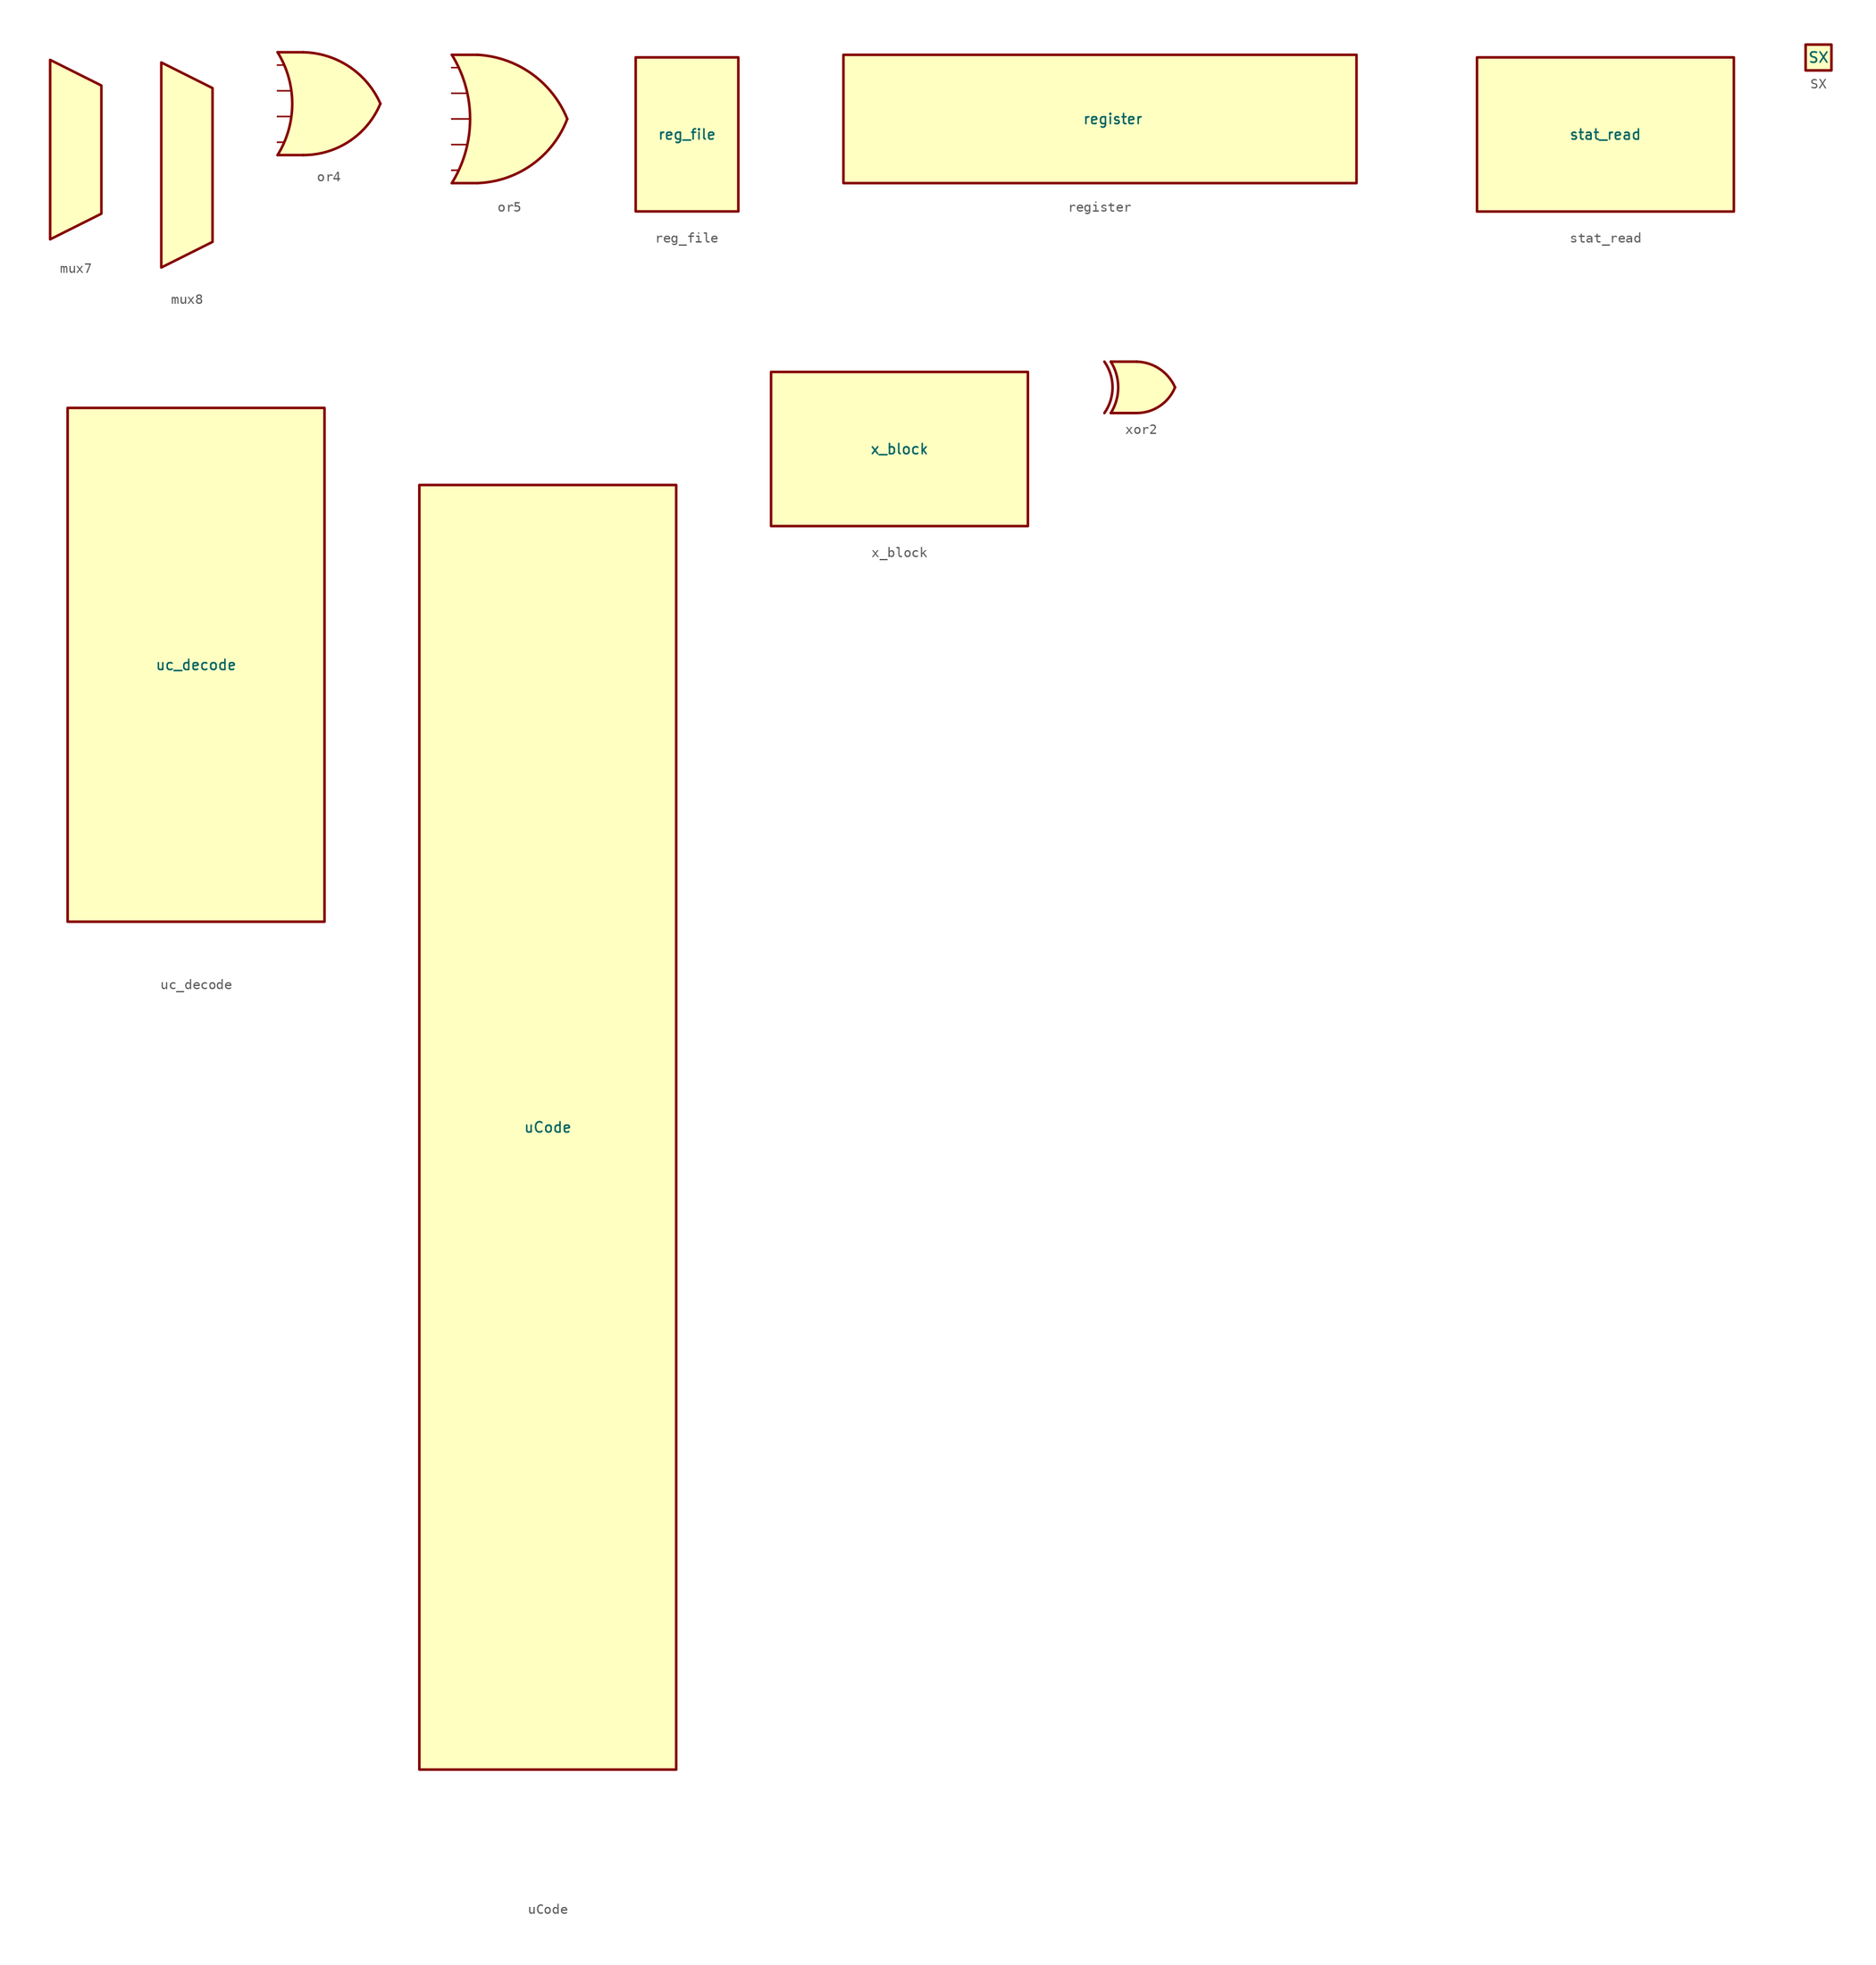
<source format=kicad_sym>
(kicad_symbol_lib
  (version 20211014)
  (generator kicad_symbol_editor)
  (symbol "mux7"
    (pin_numbers hide)
    (pin_names hide)
    (property "Reference" "U"
      (at 0 6.35 0)
      (effects (font (size 1.27 1.27)) hide))
    (symbol "mux7_0_1"
      (polyline (pts (xy -2.54 8.89) (xy -2.54 -8.89) (xy 2.54 -6.35) (xy 2.54 6.35) (xy -2.54 8.89)) (stroke (width 0.254) (type default) (color 0 0 0 0)) (fill (type background))))
    (symbol "mux7_1_1"
      (pin input line (at -2.54 2.54 0) (length 0) hide (name "A" (effects (font (size 1.27 1.27)))) (number "" (effects (font (size 1.27 1.27)))))
      (pin input line (at -2.54 7.62 0) (length 0) hide (name "A" (effects (font (size 1.27 1.27)))) (number "" (effects (font (size 1.27 1.27)))))
      (pin input line (at -2.54 -7.62 0) (length 0) hide (name "B" (effects (font (size 1.27 1.27)))) (number "" (effects (font (size 1.27 1.27)))))
      (pin input line (at -2.54 -5.08 0) (length 0) hide (name "B" (effects (font (size 1.27 1.27)))) (number "" (effects (font (size 1.27 1.27)))))
      (pin input line (at -2.54 -2.54 0) (length 0) hide (name "B" (effects (font (size 1.27 1.27)))) (number "" (effects (font (size 1.27 1.27)))))
      (pin input line (at -2.54 0 0) (length 0) hide (name "B" (effects (font (size 1.27 1.27)))) (number "" (effects (font (size 1.27 1.27)))))
      (pin input line (at -2.54 5.08 0) (length 0) hide (name "B" (effects (font (size 1.27 1.27)))) (number "" (effects (font (size 1.27 1.27)))))
      (pin output line (at 2.54 0 180) (length 0) hide (name "Y" (effects (font (size 1.27 1.27)))) (number "" (effects (font (size 1.27 1.27)))))))
  (symbol "mux8"
    (pin_numbers hide)
    (pin_names hide)
    (property "Reference" "U"
      (at 0 7.62 0)
      (effects (font (size 1.27 1.27)) hide))
    (symbol "mux8_0_1"
      (polyline (pts (xy -2.54 10.16) (xy -2.54 -10.16) (xy 2.54 -7.62) (xy 2.54 7.62) (xy -2.54 10.16)) (stroke (width 0.254) (type default) (color 0 0 0 0)) (fill (type background))))
    (symbol "mux8_1_1"
      (pin input line (at -2.54 3.81 0) (length 0) hide (name "A" (effects (font (size 1.27 1.27)))) (number "" (effects (font (size 1.27 1.27)))))
      (pin input line (at -2.54 8.89 0) (length 0) hide (name "A" (effects (font (size 1.27 1.27)))) (number "" (effects (font (size 1.27 1.27)))))
      (pin input line (at -2.54 -8.89 0) (length 0) hide (name "B" (effects (font (size 1.27 1.27)))) (number "" (effects (font (size 1.27 1.27)))))
      (pin input line (at -2.54 -6.35 0) (length 0) hide (name "B" (effects (font (size 1.27 1.27)))) (number "" (effects (font (size 1.27 1.27)))))
      (pin input line (at -2.54 -3.81 0) (length 0) hide (name "B" (effects (font (size 1.27 1.27)))) (number "" (effects (font (size 1.27 1.27)))))
      (pin input line (at -2.54 -1.27 0) (length 0) hide (name "B" (effects (font (size 1.27 1.27)))) (number "" (effects (font (size 1.27 1.27)))))
      (pin input line (at -2.54 1.27 0) (length 0) hide (name "B" (effects (font (size 1.27 1.27)))) (number "" (effects (font (size 1.27 1.27)))))
      (pin input line (at -2.54 6.35 0) (length 0) hide (name "B" (effects (font (size 1.27 1.27)))) (number "" (effects (font (size 1.27 1.27)))))
      (pin output line (at 2.54 0 180) (length 0) hide (name "Y" (effects (font (size 1.27 1.27)))) (number "" (effects (font (size 1.27 1.27)))))))
  (symbol "or4"
    (pin_numbers hide)
    (pin_names
      (offset 1.016) hide)
    (property "Reference" "U"
      (at 0 3.81 0)
      (effects (font (size 1.27 1.27)) hide))
    (symbol "or4_0_1"
      (polyline (pts (xy -2.54 -3.81) (xy -1.905 -3.81)) (stroke (width 0.152) (type default) (color 0 0 0 0)) (fill (type none)))
      (polyline (pts (xy -2.54 -1.27) (xy -1.27 -1.27)) (stroke (width 0.152) (type default) (color 0 0 0 0)) (fill (type none)))
      (polyline (pts (xy -2.54 1.27) (xy -1.27 1.27)) (stroke (width 0.152) (type default) (color 0 0 0 0)) (fill (type none)))
      (polyline (pts (xy -2.54 3.81) (xy -1.905 3.81)) (stroke (width 0.152) (type default) (color 0 0 0 0)) (fill (type none))))
    (symbol "or4_1_0"
      (arc (start -2.54 -5.08) (mid -1.0921 0) (end -2.54 5.08) (stroke (width 0.254) (type default) (color 0 0 0 0)) (fill (type none)))
      (arc (start 0 -5.08) (mid 4.5809 -3.6963) (end 7.62 0) (stroke (width 0.254) (type default) (color 0 0 0 0)) (fill (type background)))
      (polyline (pts (xy -2.54 -5.08) (xy 0 -5.08)) (stroke (width 0.254) (type default) (color 0 0 0 0)) (fill (type background)))
      (polyline (pts (xy -2.54 5.08) (xy 0 5.08)) (stroke (width 0.254) (type default) (color 0 0 0 0)) (fill (type background)))
      (polyline (pts (xy 0 5.08) (xy -2.54 5.08) (xy -1.905 3.81) (xy -1.27 1.905) (xy -1.016 0) (xy -1.27 -1.905) (xy -1.905 -3.81) (xy -2.54 -5.08) (xy 0 -5.08)) (stroke (width -25.4) (type default) (color 0 0 0 0)) (fill (type background)))
      (arc (start 7.62 0) (mid 4.55 3.65) (end 0 5.08) (stroke (width 0.254) (type default) (color 0 0 0 0)) (fill (type background)))
      (pin input line (at -2.54 -1.27 0) (length 0) (name "~" (effects (font (size 1.27 1.27)))) (number "1" (effects (font (size 1.27 1.27)))))
      (pin input line (at -2.54 3.81 0) (length 0) (name "~" (effects (font (size 1.27 1.27)))) (number "1" (effects (font (size 1.27 1.27)))))
      (pin input line (at -2.54 -3.81 0) (length 0) (name "~" (effects (font (size 1.27 1.27)))) (number "2" (effects (font (size 1.27 1.27)))))
      (pin input line (at -2.54 1.27 0) (length 0) (name "~" (effects (font (size 1.27 1.27)))) (number "2" (effects (font (size 1.27 1.27)))))
      (pin output line (at 7.62 0 180) (length 0) (name "~" (effects (font (size 1.27 1.27)))) (number "3" (effects (font (size 1.27 1.27)))))))
  (symbol "or5"
    (pin_numbers hide)
    (pin_names
      (offset 1.016) hide)
    (property "Reference" "U"
      (at 0 5.08 0)
      (effects (font (size 1.27 1.27)) hide))
    (symbol "or5_0_1"
      (polyline (pts (xy -2.54 -5.08) (xy -1.905 -5.08)) (stroke (width 0.152) (type default) (color 0 0 0 0)) (fill (type none)))
      (polyline (pts (xy -2.54 -2.54) (xy -1.016 -2.54)) (stroke (width 0.152) (type default) (color 0 0 0 0)) (fill (type none)))
      (polyline (pts (xy -2.54 0) (xy -0.762 0)) (stroke (width 0.152) (type default) (color 0 0 0 0)) (fill (type none)))
      (polyline (pts (xy -2.54 2.54) (xy -1.016 2.54)) (stroke (width 0.152) (type default) (color 0 0 0 0)) (fill (type none)))
      (polyline (pts (xy -2.54 5.08) (xy -1.905 5.08)) (stroke (width 0.152) (type default) (color 0 0 0 0)) (fill (type none))))
    (symbol "or5_1_0"
      (arc (start -2.54 -6.35) (mid -0.7335 0) (end -2.54 6.35) (stroke (width 0.254) (type default) (color 0 0 0 0)) (fill (type none)))
      (arc (start 0 -6.35) (mid 5.4035 -4.5169) (end 8.89 0) (stroke (width 0.254) (type default) (color 0 0 0 0)) (fill (type background)))
      (polyline (pts (xy -2.54 -6.35) (xy 0 -6.35)) (stroke (width 0.254) (type default) (color 0 0 0 0)) (fill (type background)))
      (polyline (pts (xy -2.54 6.35) (xy 0 6.35)) (stroke (width 0.254) (type default) (color 0 0 0 0)) (fill (type background)))
      (polyline (pts (xy 0 6.35) (xy -2.54 6.35) (xy -1.524 4.318) (xy -1.016 2.54) (xy -0.762 0) (xy -1.016 -2.54) (xy -1.778 -4.826) (xy -2.54 -6.35) (xy 0 -6.35)) (stroke (width -25.4) (type default) (color 0 0 0 0)) (fill (type background)))
      (arc (start 8.89 0) (mid 5.3687 4.4682) (end 0 6.35) (stroke (width 0.254) (type default) (color 0 0 0 0)) (fill (type background)))
      (pin input line (at -2.54 0 0) (length 0) (name "~" (effects (font (size 1.27 1.27)))) (number "1" (effects (font (size 1.27 1.27)))))
      (pin input line (at -2.54 5.08 0) (length 0) (name "~" (effects (font (size 1.27 1.27)))) (number "1" (effects (font (size 1.27 1.27)))))
      (pin input line (at -2.54 -5.08 0) (length 0) (name "~" (effects (font (size 1.27 1.27)))) (number "2" (effects (font (size 1.27 1.27)))))
      (pin input line (at -2.54 -2.54 0) (length 0) (name "~" (effects (font (size 1.27 1.27)))) (number "2" (effects (font (size 1.27 1.27)))))
      (pin input line (at -2.54 2.54 0) (length 0) (name "~" (effects (font (size 1.27 1.27)))) (number "2" (effects (font (size 1.27 1.27)))))
      (pin output line (at 8.89 0 180) (length 0) (name "~" (effects (font (size 1.27 1.27)))) (number "3" (effects (font (size 1.27 1.27)))))))
  (symbol "reg_file"
    (property "Reference" "U"
      (at 0 3.175 0)
      (effects (font (size 1.27 1.27)) hide))
    (property "Value" "reg_file"
      (at 0 0 0)
      (effects (font (size 1.016 1.016))))
    (symbol "reg_file_0_1"
      (polyline (pts (xy -5.08 7.62) (xy -5.08 -7.62) (xy 5.08 -7.62) (xy 5.08 7.62) (xy -5.08 7.62)) (stroke (width 0.254) (type default) (color 0 0 0 0)) (fill (type background)))))
  (symbol "register"
    (property "Reference" "U"
      (at 0 3.175 0)
      (effects (font (size 1.27 1.27)) hide))
    (property "Value" "register"
      (at 0 0 0)
      (effects (font (size 1.016 1.016))))
    (symbol "register_0_1"
      (rectangle (start -26.67 6.35) (end 24.13 -6.35) (stroke (width 0.254) (type default) (color 0 0 0 0)) (fill (type background)))))
  (symbol "stat_read"
    (property "Reference" "U"
      (at 0 3.175 0)
      (effects (font (size 1.27 1.27)) hide))
    (property "Value" "stat_read"
      (at 0 0 0)
      (effects (font (size 1.016 1.016))))
    (symbol "stat_read_0_1"
      (rectangle (start -12.7 7.62) (end 12.7 -7.62) (stroke (width 0.254) (type default) (color 0 0 0 0)) (fill (type background)))))
  (symbol "SX"
    (property "Reference" "U"
      (at 0 0 0)
      (effects (font (size 1.27 1.27)) hide))
    (property "Value" "SX"
      (at 0 0 0)
      (effects (font (size 1.016 1.016))))
    (symbol "SX_0_1"
      (rectangle (start -1.27 1.27) (end 1.27 -1.27) (stroke (width 0.254) (type default) (color 0 0 0 0)) (fill (type background)))))
  (symbol "uc_decode"
    (property "Reference" "U"
      (at 0 3.175 0)
      (effects (font (size 1.27 1.27)) hide))
    (property "Value" "uc_decode"
      (at 0 0 0)
      (effects (font (size 1.016 1.016))))
    (symbol "uc_decode_0_1"
      (rectangle (start -12.7 25.4) (end 12.7 -25.4) (stroke (width 0.254) (type default) (color 0 0 0 0)) (fill (type background)))))
  (symbol "uCode"
    (property "Reference" "U"
      (at 0 3.175 0)
      (effects (font (size 1.27 1.27)) hide))
    (property "Value" "uCode"
      (at 0 0 0)
      (effects (font (size 1.016 1.016))))
    (symbol "uCode_0_1"
      (rectangle (start -12.7 63.5) (end 12.7 -63.5) (stroke (width 0.254) (type default) (color 0 0 0 0)) (fill (type background)))))
  (symbol "x_block"
    (property "Reference" "U"
      (at 0 3.175 0)
      (effects (font (size 1.27 1.27)) hide))
    (property "Value" "x_block"
      (at 0 0 0)
      (effects (font (size 1.016 1.016))))
    (symbol "x_block_0_1"
      (rectangle (start -12.7 7.62) (end 12.7 -7.62) (stroke (width 0.254) (type default) (color 0 0 0 0)) (fill (type background)))))
  (symbol "xor2"
    (pin_numbers hide)
    (pin_names
      (offset 1.016) hide)
    (property "Reference" "U"
      (at 0 1.27 0)
      (effects (font (size 1.27 1.27)) hide))
    (symbol "xor2_1_0"
      (arc (start -3.175 -2.54) (mid -2.3691 0) (end -3.175 2.54) (stroke (width 0.254) (type default) (color 0 0 0 0)) (fill (type none)))
      (arc (start -2.54 -2.54) (mid -1.8121 0) (end -2.54 2.54) (stroke (width 0.254) (type default) (color 0 0 0 0)) (fill (type none)))
      (arc (start 0 -2.54) (mid 2.2927 -1.8515) (end 3.81 0) (stroke (width 0.254) (type default) (color 0 0 0 0)) (fill (type background)))
      (polyline (pts (xy -2.54 -2.54) (xy 0 -2.54)) (stroke (width 0.254) (type default) (color 0 0 0 0)) (fill (type background)))
      (polyline (pts (xy -2.54 2.54) (xy 0 2.54)) (stroke (width 0.254) (type default) (color 0 0 0 0)) (fill (type background)))
      (polyline (pts (xy 0 2.54) (xy -2.54 2.54) (xy -2.286 2.032) (xy -2.032 1.27) (xy -1.778 0) (xy -1.905 -1.143) (xy -2.286 -2.032) (xy -2.54 -2.54) (xy 0 -2.54)) (stroke (width -25.4) (type default) (color 0 0 0 0)) (fill (type background)))
      (arc (start 3.81 0) (mid 2.2762 1.8268) (end 0 2.54) (stroke (width 0.254) (type default) (color 0 0 0 0)) (fill (type background)))
      (pin input line (at -2.54 1.27 0) (length 0) (name "~" (effects (font (size 1.27 1.27)))) (number "1" (effects (font (size 1.27 1.27)))))
      (pin input line (at -2.54 -1.27 0) (length 0) (name "~" (effects (font (size 1.27 1.27)))) (number "2" (effects (font (size 1.27 1.27)))))
      (pin output line (at 3.81 0 180) (length 0) (name "~" (effects (font (size 1.27 1.27)))) (number "3" (effects (font (size 1.27 1.27))))))))
</source>
